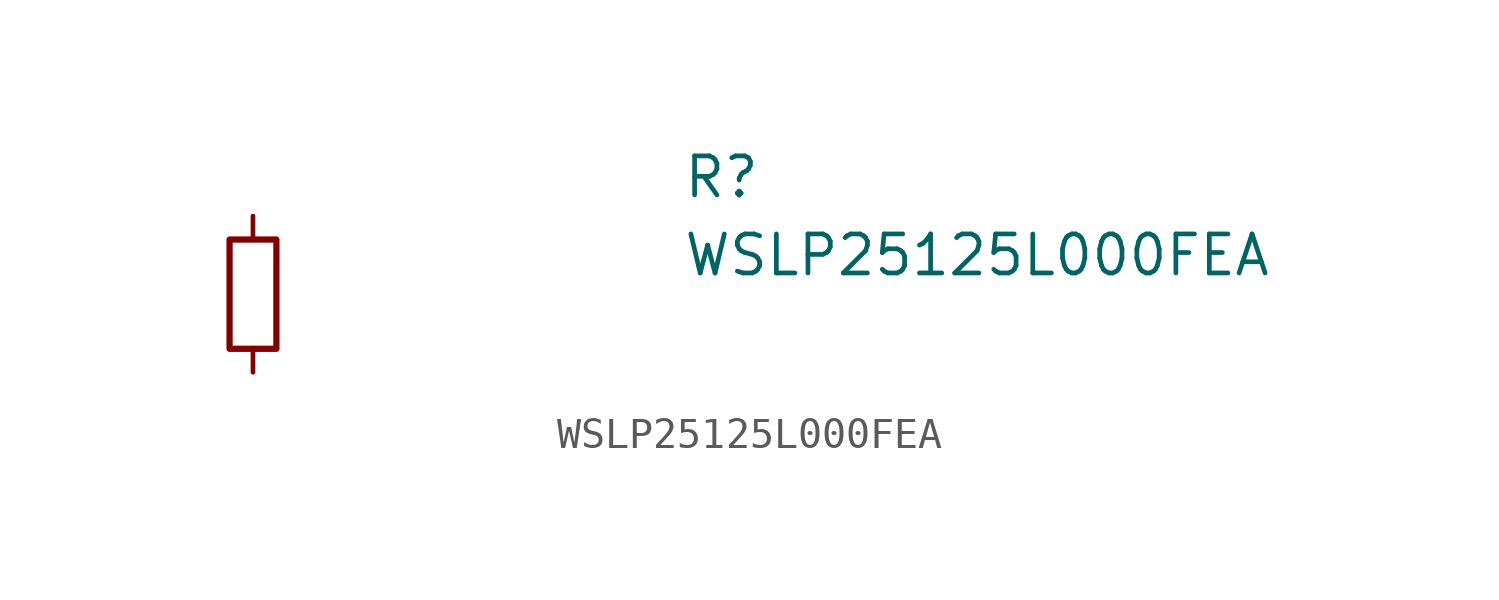
<source format=kicad_sym>
(kicad_symbol_lib
  (version 20220914)
  (generator kicad_symbol_editor)
  (symbol "WSLP25125L000FEA"
    (pin_numbers hide)
    (pin_names
      (offset 0.762))
    (property "Reference" "R"
      (at 13.97 6.35 0)
      (effects (font (size 1.27 1.27)) (justify left)))
    (property "Value" "WSLP25125L000FEA"
      (at 13.97 3.81 0)
      (effects (font (size 1.27 1.27)) (justify left)))
    (symbol "WSLP25125L000FEA_0_1"
      (rectangle (start -0.762 4.318) (end 0.762 0.762) (stroke (width 0.203) (type default)) (fill (type none))))
    (symbol "WSLP25125L000FEA_1_1"
      (pin passive line (at 0 5.08 270) (length 0.762) (name "~" (effects (font (size 1.27 1.27)))) (number "1" (effects (font (size 1.27 1.27)))))
      (pin passive line (at 0 0 90) (length 0.762) (name "~" (effects (font (size 1.27 1.27)))) (number "2" (effects (font (size 1.27 1.27))))))))
</source>
